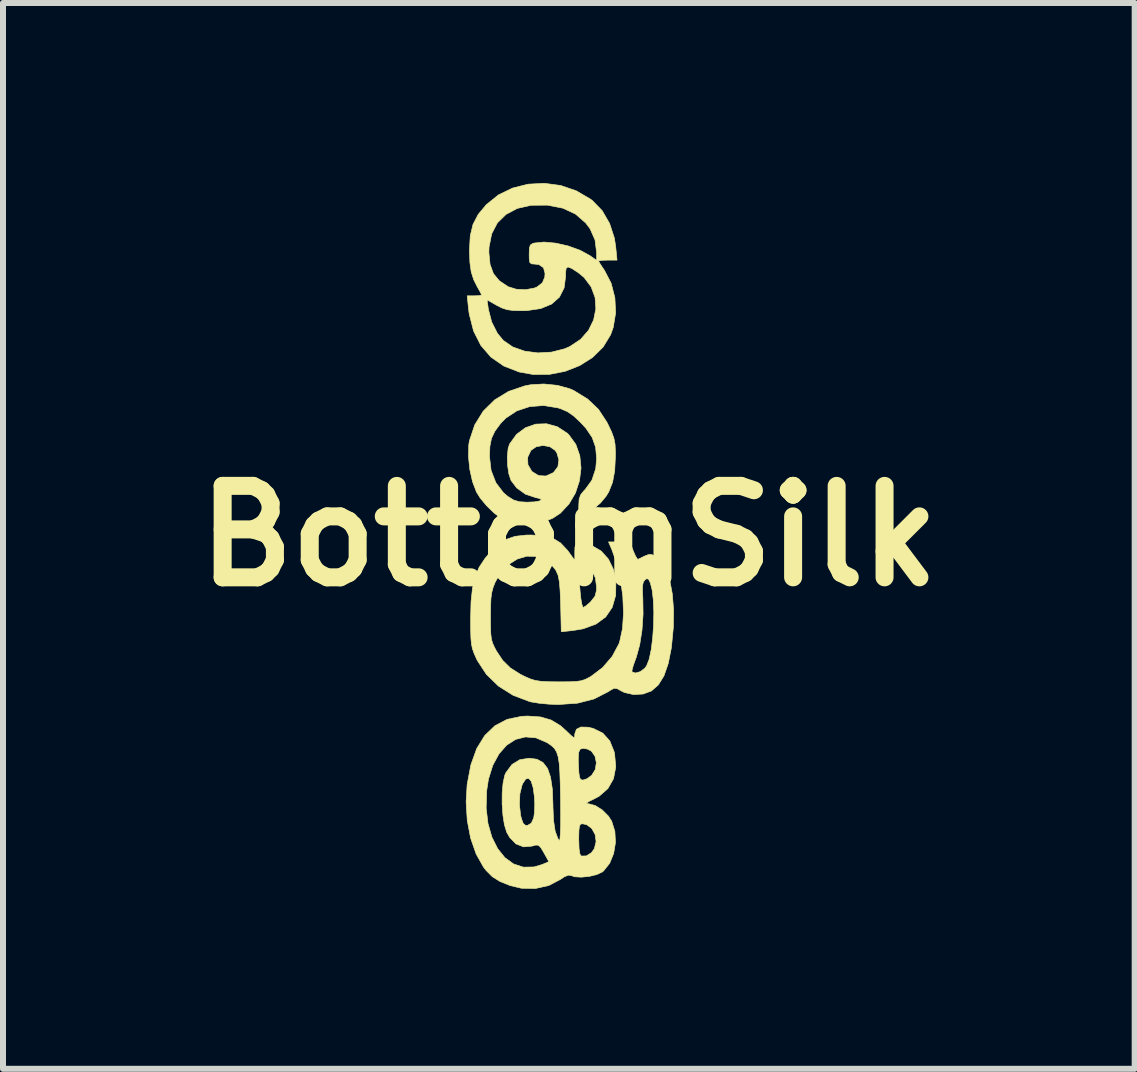
<source format=kicad_pcb>
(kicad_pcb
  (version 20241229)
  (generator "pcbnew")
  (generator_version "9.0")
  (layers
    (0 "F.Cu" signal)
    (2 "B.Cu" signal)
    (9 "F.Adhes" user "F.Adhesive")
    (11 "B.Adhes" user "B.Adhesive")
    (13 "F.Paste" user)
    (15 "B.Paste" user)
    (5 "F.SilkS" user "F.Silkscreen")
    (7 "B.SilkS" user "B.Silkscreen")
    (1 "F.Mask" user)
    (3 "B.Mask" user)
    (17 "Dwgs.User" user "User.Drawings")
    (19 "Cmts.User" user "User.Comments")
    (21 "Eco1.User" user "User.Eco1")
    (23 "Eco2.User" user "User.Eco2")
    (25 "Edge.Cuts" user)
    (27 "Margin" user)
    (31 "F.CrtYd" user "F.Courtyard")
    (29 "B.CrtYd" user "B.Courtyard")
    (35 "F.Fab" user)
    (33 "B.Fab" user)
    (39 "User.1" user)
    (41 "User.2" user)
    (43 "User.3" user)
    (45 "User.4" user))
  (footprint "BottomSilk"
    (layer "F.Cu")
    (at 6.43 5.882)
    (property "Reference" "BottomSilk" (at 0 0 0) (layer "F.SilkS") (effects (font (size 1.524 1.524) (thickness 0.3))))
    (attr through_hole)
    (fp_poly (pts (xy -0.19 -2.51) (xy 0.014 -2.454) (xy 0.082 -2.424) (xy 0.313 -2.282) (xy 0.493 -2.111) (xy 0.633 -1.898) (xy 0.651 -1.863) (xy 0.714 -1.73) (xy 0.751 -1.628) (xy 0.77 -1.529) (xy 0.776 -1.405) (xy 0.776 -1.325) (xy 0.764 -1.085) (xy 0.728 -0.893) (xy 0.665 -0.735) (xy 0.62 -0.661) (xy 0.53 -0.553) (xy 0.416 -0.452) (xy 0.303 -0.376) (xy 0.24 -0.348) (xy 0.196 -0.34) (xy 0.174 -0.359) (xy 0.166 -0.418) (xy 0.165 -0.499) (xy 0.171 -0.61) (xy 0.196 -0.685) (xy 0.251 -0.754) (xy 0.274 -0.777) (xy 0.384 -0.929) (xy 0.448 -1.121) (xy 0.463 -1.29) (xy 0.446 -1.479) (xy 0.389 -1.641) (xy 0.284 -1.796) (xy 0.196 -1.891) (xy 0.079 -2.001) (xy -0.024 -2.072) (xy -0.135 -2.12) (xy -0.182 -2.135) (xy -0.42 -2.174) (xy -0.652 -2.156) (xy -0.867 -2.085) (xy -1.052 -1.963) (xy -1.139 -1.873) (xy -1.233 -1.745) (xy -1.289 -1.627) (xy -1.316 -1.493) (xy -1.323 -1.327) (xy -1.296 -1.094) (xy -1.217 -0.889) (xy -1.09 -0.721) (xy -1.016 -0.658) (xy -0.918 -0.598) (xy -0.822 -0.57) (xy -0.698 -0.563) (xy -0.574 -0.568) (xy -0.492 -0.582) (xy -0.459 -0.601) (xy -0.479 -0.622) (xy -0.554 -0.64) (xy -0.723 -0.696) (xy -0.869 -0.801) (xy -0.964 -0.926) (xy -1 -1.034) (xy -1.021 -1.176) (xy -1.025 -1.31) (xy -0.687 -1.31) (xy -0.682 -1.188) (xy -0.618 -1.078) (xy -0.613 -1.073) (xy -0.504 -1.006) (xy -0.382 -0.999) (xy -0.261 -1.054) (xy -0.253 -1.061) (xy -0.183 -1.153) (xy -0.166 -1.268) (xy -0.2 -1.385) (xy -0.228 -1.426) (xy -0.316 -1.487) (xy -0.43 -1.508) (xy -0.544 -1.487) (xy -0.632 -1.426) (xy -0.687 -1.31) (xy -1.025 -1.31) (xy -1.025 -1.325) (xy -1.012 -1.458) (xy -0.988 -1.532) (xy -0.872 -1.693) (xy -0.723 -1.804) (xy -0.552 -1.864) (xy -0.371 -1.87) (xy -0.193 -1.821) (xy -0.029 -1.714) (xy -0.000403 -1.687) (xy 0.116 -1.527) (xy 0.183 -1.337) (xy 0.203 -1.131) (xy 0.177 -0.92) (xy 0.11 -0.716) (xy 0.002 -0.532) (xy -0.143 -0.378) (xy -0.276 -0.291) (xy -0.401 -0.248) (xy -0.565 -0.219) (xy -0.742 -0.206) (xy -0.906 -0.212) (xy -1.013 -0.233) (xy -1.121 -0.287) (xy -1.246 -0.383) (xy -1.37 -0.503) (xy -1.477 -0.632) (xy -1.54 -0.733) (xy -1.605 -0.904) (xy -1.651 -1.11) (xy -1.673 -1.324) (xy -1.668 -1.518) (xy -1.657 -1.587) (xy -1.568 -1.852) (xy -1.427 -2.08) (xy -1.237 -2.267) (xy -1.005 -2.409) (xy -0.735 -2.501) (xy -0.637 -2.52) (xy -0.416 -2.533) (xy -0.19 -2.51)) (stroke (width 0.01) (type solid)) (fill yes) (layer "F.SilkS"))
    (fp_poly (pts (xy -0.136 -5.841) (xy 0.124 -5.752) (xy 0.363 -5.612) (xy 0.394 -5.588) (xy 0.556 -5.421) (xy 0.679 -5.208) (xy 0.759 -4.963) (xy 0.781 -4.82) (xy 0.803 -4.597) (xy 0.649 -4.597) (xy 0.559 -4.594) (xy 0.504 -4.586) (xy 0.496 -4.582) (xy 0.513 -4.548) (xy 0.558 -4.479) (xy 0.595 -4.424) (xy 0.705 -4.212) (xy 0.767 -3.971) (xy 0.78 -3.719) (xy 0.74 -3.476) (xy 0.696 -3.353) (xy 0.571 -3.148) (xy 0.396 -2.976) (xy 0.182 -2.84) (xy -0.061 -2.744) (xy -0.323 -2.693) (xy -0.593 -2.691) (xy -0.826 -2.732) (xy -1.084 -2.832) (xy -1.299 -2.981) (xy -1.467 -3.176) (xy -1.588 -3.416) (xy -1.66 -3.698) (xy -1.671 -3.779) (xy -1.687 -3.935) (xy -1.363 -3.935) (xy -1.341 -3.778) (xy -1.286 -3.566) (xy -1.191 -3.378) (xy -1.093 -3.259) (xy -0.935 -3.15) (xy -0.737 -3.08) (xy -0.517 -3.051) (xy -0.289 -3.064) (xy -0.069 -3.12) (xy 0.016 -3.157) (xy 0.195 -3.276) (xy 0.328 -3.427) (xy 0.413 -3.601) (xy 0.45 -3.787) (xy 0.437 -3.974) (xy 0.372 -4.15) (xy 0.255 -4.307) (xy 0.154 -4.39) (xy 0.049 -4.458) (xy -0.014 -4.483) (xy -0.045 -4.462) (xy -0.054 -4.391) (xy -0.054 -4.325) (xy -0.079 -4.134) (xy -0.157 -3.98) (xy -0.287 -3.865) (xy -0.468 -3.79) (xy -0.698 -3.756) (xy -0.777 -3.754) (xy -0.923 -3.757) (xy -1.028 -3.771) (xy -1.116 -3.8) (xy -1.203 -3.844) (xy -1.363 -3.935) (xy -1.687 -3.935) (xy -1.694 -4.002) (xy -1.575 -4.002) (xy -1.497 -4.005) (xy -1.457 -4.014) (xy -1.455 -4.016) (xy -1.47 -4.052) (xy -1.508 -4.121) (xy -1.523 -4.146) (xy -1.586 -4.271) (xy -1.627 -4.401) (xy -1.649 -4.556) (xy -1.655 -4.726) (xy -1.333 -4.726) (xy -1.313 -4.526) (xy -1.257 -4.372) (xy -1.157 -4.251) (xy -1.009 -4.153) (xy -0.876 -4.112) (xy -0.721 -4.104) (xy -0.577 -4.131) (xy -0.532 -4.149) (xy -0.441 -4.219) (xy -0.401 -4.315) (xy -0.397 -4.378) (xy -0.423 -4.471) (xy -0.498 -4.522) (xy -0.569 -4.531) (xy -0.624 -4.535) (xy -0.651 -4.559) (xy -0.66 -4.62) (xy -0.661 -4.696) (xy -0.658 -4.795) (xy -0.642 -4.848) (xy -0.604 -4.874) (xy -0.575 -4.882) (xy -0.413 -4.898) (xy -0.218 -4.88) (xy -0.011 -4.833) (xy 0.186 -4.762) (xy 0.353 -4.671) (xy 0.365 -4.662) (xy 0.463 -4.593) (xy 0.463 -4.719) (xy 0.436 -4.934) (xy 0.353 -5.121) (xy 0.282 -5.215) (xy 0.112 -5.364) (xy -0.101 -5.463) (xy -0.356 -5.513) (xy -0.364 -5.513) (xy -0.629 -5.511) (xy -0.858 -5.459) (xy -1.046 -5.36) (xy -1.191 -5.218) (xy -1.286 -5.035) (xy -1.33 -4.814) (xy -1.333 -4.726) (xy -1.655 -4.726) (xy -1.656 -4.755) (xy -1.656 -4.77) (xy -1.643 -5.003) (xy -1.597 -5.193) (xy -1.511 -5.358) (xy -1.379 -5.517) (xy -1.379 -5.518) (xy -1.175 -5.683) (xy -0.938 -5.798) (xy -0.678 -5.863) (xy -0.407 -5.877) (xy -0.136 -5.841)) (stroke (width 0.01) (type solid)) (fill yes) (layer "F.SilkS"))
    (fp_poly (pts (xy -0.425 -0.004) (xy -0.267 0.037) (xy -0.139 0.116) (xy -0.023 0.239) (xy 0.003 0.274) (xy 0.099 0.407) (xy 0.099 0.27) (xy 0.102 0.183) (xy 0.122 0.143) (xy 0.175 0.133) (xy 0.216 0.132) (xy 0.388 0.163) (xy 0.539 0.251) (xy 0.66 0.386) (xy 0.745 0.561) (xy 0.784 0.752) (xy 0.78 0.991) (xy 0.723 1.19) (xy 0.614 1.35) (xy 0.452 1.469) (xy 0.239 1.547) (xy 0.067 1.576) (xy -0.126 1.596) (xy -0.137 1.131) (xy -0.145 0.922) (xy -0.157 0.767) (xy -0.18 0.653) (xy -0.218 0.568) (xy -0.227 0.557) (xy 0.142 0.557) (xy 0.146 0.571) (xy 0.158 0.638) (xy 0.172 0.75) (xy 0.185 0.885) (xy 0.187 0.918) (xy 0.2 1.043) (xy 0.217 1.138) (xy 0.234 1.187) (xy 0.239 1.191) (xy 0.28 1.169) (xy 0.344 1.115) (xy 0.366 1.094) (xy 0.436 1.004) (xy 0.462 0.903) (xy 0.463 0.861) (xy 0.442 0.696) (xy 0.381 0.578) (xy 0.283 0.511) (xy 0.192 0.496) (xy 0.144 0.508) (xy 0.142 0.557) (xy -0.227 0.557) (xy -0.274 0.5) (xy -0.354 0.435) (xy -0.397 0.405) (xy -0.543 0.342) (xy -0.701 0.337) (xy -0.86 0.385) (xy -1.01 0.48) (xy -1.14 0.618) (xy -1.227 0.769) (xy -1.261 0.854) (xy -1.284 0.938) (xy -1.298 1.037) (xy -1.304 1.169) (xy -1.306 1.339) (xy -1.305 1.51) (xy -1.301 1.631) (xy -1.29 1.719) (xy -1.27 1.789) (xy -1.237 1.86) (xy -1.209 1.913) (xy -1.102 2.074) (xy -0.975 2.199) (xy -0.808 2.305) (xy -0.728 2.345) (xy -0.64 2.383) (xy -0.559 2.408) (xy -0.467 2.422) (xy -0.345 2.429) (xy -0.175 2.431) (xy -0.165 2.431) (xy 0.002 2.43) (xy 0.12 2.425) (xy 0.205 2.413) (xy 0.272 2.391) (xy 0.34 2.357) (xy 0.369 2.34) (xy 0.467 2.266) (xy 1.053 2.266) (xy 1.113 2.284) (xy 1.191 2.261) (xy 1.265 2.205) (xy 1.296 2.164) (xy 1.339 2.053) (xy 1.373 1.893) (xy 1.397 1.699) (xy 1.412 1.486) (xy 1.416 1.272) (xy 1.408 1.071) (xy 1.388 0.9) (xy 1.358 0.782) (xy 1.328 0.72) (xy 1.297 0.712) (xy 1.269 0.731) (xy 1.242 0.766) (xy 1.229 0.824) (xy 1.227 0.921) (xy 1.233 1.041) (xy 1.237 1.304) (xy 1.219 1.569) (xy 1.181 1.813) (xy 1.125 2.018) (xy 1.111 2.055) (xy 1.074 2.158) (xy 1.053 2.234) (xy 1.053 2.266) (xy 0.467 2.266) (xy 0.562 2.194) (xy 0.722 2.008) (xy 0.833 1.801) (xy 0.847 1.762) (xy 0.894 1.544) (xy 0.911 1.286) (xy 0.899 1.005) (xy 0.86 0.719) (xy 0.794 0.445) (xy 0.715 0.223) (xy 0.661 0.099) (xy 1.016 0.099) (xy 1.074 0.25) (xy 1.111 0.334) (xy 1.142 0.384) (xy 1.153 0.389) (xy 1.258 0.337) (xy 1.324 0.311) (xy 1.371 0.308) (xy 1.419 0.324) (xy 1.443 0.335) (xy 1.54 0.416) (xy 1.62 0.553) (xy 1.682 0.739) (xy 1.724 0.966) (xy 1.745 1.226) (xy 1.742 1.511) (xy 1.74 1.538) (xy 1.709 1.861) (xy 1.657 2.124) (xy 1.585 2.331) (xy 1.491 2.483) (xy 1.376 2.583) (xy 1.238 2.634) (xy 1.078 2.643) (xy 0.927 2.609) (xy 0.872 2.582) (xy 0.804 2.544) (xy 0.756 2.538) (xy 0.699 2.567) (xy 0.653 2.597) (xy 0.42 2.716) (xy 0.144 2.787) (xy -0.173 2.809) (xy -0.334 2.803) (xy -0.493 2.788) (xy -0.623 2.767) (xy -0.653 2.76) (xy -0.93 2.655) (xy -1.174 2.501) (xy -1.375 2.305) (xy -1.527 2.073) (xy -1.542 2.041) (xy -1.58 1.955) (xy -1.606 1.881) (xy -1.623 1.802) (xy -1.632 1.704) (xy -1.636 1.571) (xy -1.637 1.389) (xy -1.637 1.373) (xy -1.63 1.094) (xy -1.606 0.868) (xy -1.562 0.681) (xy -1.495 0.522) (xy -1.4 0.378) (xy -1.333 0.297) (xy -1.188 0.153) (xy -1.05 0.059) (xy -0.897 0.006) (xy -0.71 -0.015) (xy -0.628 -0.016) (xy -0.425 -0.004)) (stroke (width 0.01) (type solid)) (fill yes) (layer "F.SilkS"))
    (fp_poly (pts (xy -0.472 3.016) (xy -0.297 3.067) (xy -0.141 3.161) (xy -0.041 3.25) (xy 0.037 3.325) (xy 0.079 3.358) (xy 0.096 3.352) (xy 0.099 3.312) (xy 0.099 3.298) (xy 0.126 3.222) (xy 0.201 3.184) (xy 0.32 3.187) (xy 0.406 3.207) (xy 0.566 3.286) (xy 0.682 3.415) (xy 0.754 3.594) (xy 0.762 3.626) (xy 0.782 3.85) (xy 0.744 4.046) (xy 0.651 4.21) (xy 0.504 4.338) (xy 0.419 4.383) (xy 0.329 4.427) (xy 0.295 4.452) (xy 0.313 4.462) (xy 0.331 4.463) (xy 0.441 4.493) (xy 0.557 4.566) (xy 0.659 4.668) (xy 0.713 4.752) (xy 0.767 4.922) (xy 0.777 5.108) (xy 0.747 5.291) (xy 0.68 5.455) (xy 0.58 5.581) (xy 0.555 5.601) (xy 0.465 5.643) (xy 0.342 5.673) (xy 0.211 5.686) (xy 0.1 5.68) (xy 0.048 5.663) (xy -0.004 5.652) (xy -0.072 5.678) (xy -0.14 5.723) (xy -0.334 5.825) (xy -0.557 5.875) (xy -0.79 5.871) (xy -0.98 5.826) (xy -1.15 5.757) (xy -1.276 5.678) (xy -1.38 5.573) (xy -1.422 5.519) (xy -1.545 5.3) (xy -1.637 5.036) (xy -1.693 4.741) (xy -1.706 4.533) (xy -1.378 4.533) (xy -1.348 4.791) (xy -1.283 5.018) (xy -1.187 5.21) (xy -1.066 5.361) (xy -0.921 5.466) (xy -0.759 5.519) (xy -0.581 5.516) (xy -0.447 5.476) (xy -0.333 5.428) (xy -0.415 5.281) (xy -0.466 5.195) (xy -0.505 5.155) (xy -0.551 5.151) (xy -0.614 5.169) (xy -0.755 5.181) (xy -0.881 5.132) (xy -0.987 5.023) (xy -1.036 4.936) (xy -1.074 4.813) (xy -1.099 4.651) (xy -1.111 4.475) (xy -0.824 4.475) (xy -0.804 4.655) (xy -0.791 4.707) (xy -0.761 4.79) (xy -0.723 4.822) (xy -0.686 4.822) (xy -0.625 4.786) (xy -0.585 4.696) (xy -0.572 4.602) (xy -0.568 4.472) (xy -0.573 4.355) (xy -0.595 4.194) (xy -0.628 4.088) (xy -0.67 4.039) (xy -0.717 4.05) (xy -0.767 4.124) (xy -0.779 4.15) (xy -0.816 4.297) (xy -0.824 4.475) (xy -1.111 4.475) (xy -1.112 4.468) (xy -1.111 4.284) (xy -1.096 4.117) (xy -1.068 3.988) (xy -1.05 3.947) (xy -0.947 3.808) (xy -0.818 3.729) (xy -0.662 3.704) (xy -0.531 3.721) (xy -0.43 3.776) (xy -0.355 3.874) (xy -0.305 4.02) (xy -0.275 4.219) (xy -0.265 4.476) (xy -0.265 4.511) (xy -0.255 4.741) (xy -0.228 4.92) (xy -0.183 5.042) (xy -0.159 5.077) (xy -0.149 5.057) (xy 0.165 5.057) (xy 0.17 5.21) (xy 0.184 5.301) (xy 0.207 5.334) (xy 0.292 5.332) (xy 0.376 5.279) (xy 0.425 5.211) (xy 0.454 5.093) (xy 0.438 4.976) (xy 0.383 4.876) (xy 0.298 4.811) (xy 0.224 4.796) (xy 0.195 4.803) (xy 0.177 4.835) (xy 0.168 4.904) (xy 0.165 5.024) (xy 0.165 5.057) (xy -0.149 5.057) (xy -0.149 5.057) (xy -0.142 4.975) (xy -0.137 4.837) (xy -0.136 4.646) (xy -0.138 4.409) (xy -0.138 4.397) (xy -0.143 4.141) (xy -0.15 3.943) (xy -0.16 3.793) (xy -0.173 3.713) (xy 0.157 3.713) (xy 0.16 3.816) (xy 0.167 3.944) (xy 0.178 4.02) (xy 0.196 4.057) (xy 0.226 4.068) (xy 0.236 4.068) (xy 0.303 4.046) (xy 0.377 3.991) (xy 0.382 3.987) (xy 0.441 3.891) (xy 0.458 3.779) (xy 0.436 3.672) (xy 0.378 3.588) (xy 0.309 3.551) (xy 0.233 3.539) (xy 0.186 3.555) (xy 0.163 3.609) (xy 0.157 3.713) (xy -0.173 3.713) (xy -0.178 3.682) (xy -0.204 3.601) (xy -0.24 3.541) (xy -0.29 3.494) (xy -0.354 3.45) (xy -0.369 3.441) (xy -0.549 3.364) (xy -0.723 3.349) (xy -0.888 3.391) (xy -1.037 3.487) (xy -1.165 3.633) (xy -1.268 3.823) (xy -1.34 4.054) (xy -1.37 4.25) (xy -1.378 4.533) (xy -1.706 4.533) (xy -1.712 4.43) (xy -1.695 4.142) (xy -1.633 3.815) (xy -1.535 3.542) (xy -1.401 3.325) (xy -1.232 3.163) (xy -1.028 3.056) (xy -0.788 3.006) (xy -0.686 3.001) (xy -0.472 3.016)) (stroke (width 0.01) (type solid)) (fill yes) (layer "F.SilkS")))
  (gr_rect
    (start -3 -3)
    (end 15.86 14.762)
    (stroke (width 0.1) (type default))
    (fill no)
    (layer "Edge.Cuts")))
</source>
